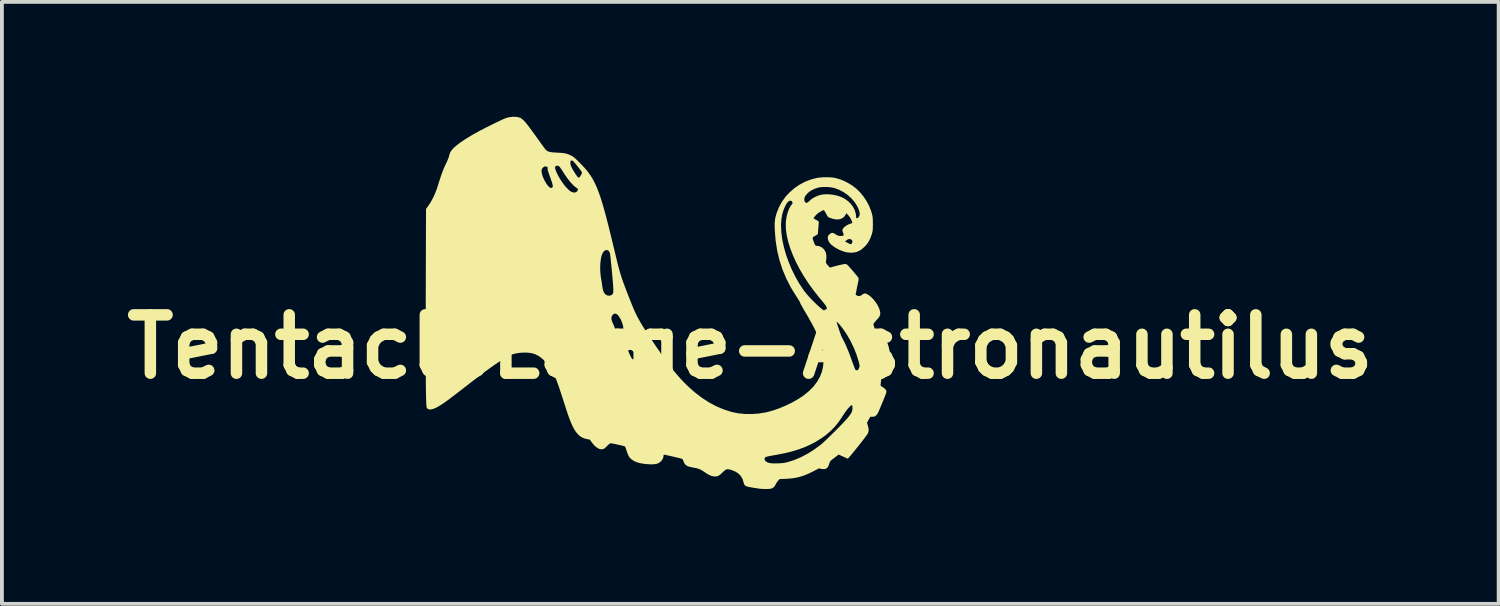
<source format=kicad_pcb>
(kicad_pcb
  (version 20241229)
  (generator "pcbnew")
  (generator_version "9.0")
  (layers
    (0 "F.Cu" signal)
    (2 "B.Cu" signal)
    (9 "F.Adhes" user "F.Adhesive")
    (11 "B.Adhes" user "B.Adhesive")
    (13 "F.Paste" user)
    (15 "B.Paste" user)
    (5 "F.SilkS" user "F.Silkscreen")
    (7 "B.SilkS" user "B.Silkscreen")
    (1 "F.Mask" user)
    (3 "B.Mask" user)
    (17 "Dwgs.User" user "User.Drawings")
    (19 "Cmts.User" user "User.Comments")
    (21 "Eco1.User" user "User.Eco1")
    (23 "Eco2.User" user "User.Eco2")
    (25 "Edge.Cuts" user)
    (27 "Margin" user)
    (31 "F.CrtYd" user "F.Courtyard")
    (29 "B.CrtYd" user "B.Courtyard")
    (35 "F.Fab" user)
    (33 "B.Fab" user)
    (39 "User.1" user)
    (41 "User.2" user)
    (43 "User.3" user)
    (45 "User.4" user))
  (footprint "TentacleLarge-Astronautilus"
    (layer "F.Cu")
    (at 16.554 6.011)
    (property "Reference" "TentacleLarge-Astronautilus" (at 0 0 0) (layer "F.SilkS") (effects (font (size 1.524 1.524) (thickness 0.3))))
    (attr board_only exclude_from_pos_files exclude_from_bom)
    (fp_poly (pts (xy -6.108 -6.007) (xy -6.036 -5.992) (xy -6.002 -5.978) (xy -5.975 -5.961) (xy -5.946 -5.937) (xy -5.912 -5.905) (xy -5.874 -5.863) (xy -5.83 -5.809) (xy -5.779 -5.743) (xy -5.719 -5.662) (xy -5.649 -5.566) (xy -5.611 -5.513) (xy -5.558 -5.438) (xy -5.507 -5.368) (xy -5.461 -5.304) (xy -5.42 -5.248) (xy -5.388 -5.204) (xy -5.364 -5.172) (xy -5.351 -5.155) (xy -5.35 -5.154) (xy -5.324 -5.13) (xy -5.295 -5.111) (xy -5.26 -5.097) (xy -5.214 -5.087) (xy -5.155 -5.079) (xy -5.079 -5.074) (xy -5.052 -5.073) (xy -4.97 -5.069) (xy -4.905 -5.063) (xy -4.851 -5.056) (xy -4.806 -5.046) (xy -4.763 -5.032) (xy -4.719 -5.014) (xy -4.692 -5.002) (xy -4.664 -4.987) (xy -4.638 -4.972) (xy -4.611 -4.952) (xy -4.58 -4.926) (xy -4.543 -4.892) (xy -4.497 -4.847) (xy -4.449 -4.799) (xy -4.389 -4.738) (xy -4.333 -4.678) (xy -4.281 -4.618) (xy -4.233 -4.557) (xy -4.187 -4.494) (xy -4.144 -4.428) (xy -4.103 -4.357) (xy -4.064 -4.281) (xy -4.025 -4.198) (xy -3.988 -4.107) (xy -3.95 -4.007) (xy -3.912 -3.897) (xy -3.874 -3.775) (xy -3.834 -3.641) (xy -3.793 -3.494) (xy -3.75 -3.331) (xy -3.704 -3.153) (xy -3.656 -2.957) (xy -3.604 -2.744) (xy -3.548 -2.511) (xy -3.539 -2.473) (xy -3.508 -2.345) (xy -3.481 -2.234) (xy -3.457 -2.136) (xy -3.434 -2.048) (xy -3.411 -1.967) (xy -3.388 -1.89) (xy -3.364 -1.814) (xy -3.338 -1.736) (xy -3.308 -1.653) (xy -3.273 -1.561) (xy -3.234 -1.457) (xy -3.188 -1.339) (xy -3.157 -1.26) (xy -3.116 -1.156) (xy -3.078 -1.063) (xy -3.042 -0.978) (xy -3.007 -0.899) (xy -2.971 -0.824) (xy -2.932 -0.75) (xy -2.891 -0.675) (xy -2.845 -0.596) (xy -2.793 -0.511) (xy -2.734 -0.418) (xy -2.666 -0.314) (xy -2.588 -0.197) (xy -2.528 -0.106) (xy -2.407 0.071) (xy -2.296 0.232) (xy -2.191 0.377) (xy -2.093 0.508) (xy -1.999 0.628) (xy -1.908 0.737) (xy -1.82 0.837) (xy -1.732 0.93) (xy -1.644 1.018) (xy -1.638 1.024) (xy -1.457 1.185) (xy -1.271 1.328) (xy -1.08 1.452) (xy -0.885 1.556) (xy -0.688 1.639) (xy -0.487 1.703) (xy -0.475 1.706) (xy -0.314 1.738) (xy -0.142 1.755) (xy 0.036 1.757) (xy 0.214 1.745) (xy 0.389 1.717) (xy 0.444 1.705) (xy 0.6 1.662) (xy 0.762 1.605) (xy 0.926 1.536) (xy 1.086 1.459) (xy 1.236 1.375) (xy 1.372 1.287) (xy 1.406 1.262) (xy 1.538 1.153) (xy 1.651 1.038) (xy 1.744 0.916) (xy 1.817 0.788) (xy 1.87 0.654) (xy 1.902 0.515) (xy 1.914 0.371) (xy 1.907 0.228) (xy 1.89 0.12) (xy 1.867 0.012) (xy 1.835 -0.098) (xy 1.795 -0.212) (xy 1.745 -0.332) (xy 1.684 -0.461) (xy 1.612 -0.6) (xy 1.583 -0.651) (xy 2.15 -0.651) (xy 2.181 -0.586) (xy 2.2 -0.551) (xy 2.227 -0.505) (xy 2.259 -0.453) (xy 2.292 -0.403) (xy 2.342 -0.328) (xy 2.387 -0.254) (xy 2.428 -0.18) (xy 2.468 -0.102) (xy 2.507 -0.016) (xy 2.548 0.08) (xy 2.591 0.189) (xy 2.637 0.315) (xy 2.654 0.361) (xy 2.678 0.427) (xy 2.7 0.487) (xy 2.72 0.537) (xy 2.734 0.574) (xy 2.744 0.597) (xy 2.746 0.601) (xy 2.768 0.614) (xy 2.797 0.613) (xy 2.825 0.599) (xy 2.838 0.586) (xy 2.851 0.566) (xy 2.857 0.543) (xy 2.858 0.512) (xy 2.852 0.472) (xy 2.839 0.417) (xy 2.828 0.373) (xy 2.772 0.195) (xy 2.7 0.016) (xy 2.615 -0.159) (xy 2.519 -0.326) (xy 2.414 -0.479) (xy 2.362 -0.546) (xy 2.323 -0.592) (xy 2.292 -0.624) (xy 2.267 -0.643) (xy 2.242 -0.653) (xy 2.215 -0.655) (xy 2.199 -0.655) (xy 2.15 -0.651) (xy 1.583 -0.651) (xy 1.528 -0.751) (xy 1.442 -0.898) (xy 1.404 -0.962) (xy 1.37 -1.02) (xy 1.342 -1.071) (xy 1.32 -1.111) (xy 1.307 -1.138) (xy 1.303 -1.149) (xy 1.297 -1.164) (xy 1.281 -1.193) (xy 1.258 -1.232) (xy 1.228 -1.28) (xy 1.203 -1.317) (xy 1.062 -1.546) (xy 0.941 -1.781) (xy 0.841 -2.02) (xy 0.761 -2.266) (xy 0.701 -2.519) (xy 0.661 -2.779) (xy 0.64 -3.047) (xy 0.639 -3.072) (xy 0.637 -3.152) (xy 0.803 -3.152) (xy 0.812 -2.977) (xy 0.837 -2.793) (xy 0.878 -2.603) (xy 0.933 -2.409) (xy 1.002 -2.214) (xy 1.083 -2.021) (xy 1.176 -1.833) (xy 1.279 -1.652) (xy 1.392 -1.482) (xy 1.409 -1.459) (xy 1.45 -1.406) (xy 1.5 -1.347) (xy 1.555 -1.286) (xy 1.614 -1.224) (xy 1.674 -1.164) (xy 1.734 -1.106) (xy 1.791 -1.054) (xy 1.842 -1.01) (xy 1.887 -0.975) (xy 1.923 -0.952) (xy 1.946 -0.943) (xy 1.948 -0.943) (xy 1.969 -0.95) (xy 1.986 -0.964) (xy 1.998 -0.981) (xy 2 -0.999) (xy 1.993 -1.027) (xy 1.988 -1.042) (xy 1.981 -1.057) (xy 1.972 -1.074) (xy 1.958 -1.094) (xy 1.937 -1.121) (xy 1.909 -1.157) (xy 1.871 -1.204) (xy 1.822 -1.263) (xy 1.799 -1.29) (xy 1.655 -1.471) (xy 1.522 -1.655) (xy 1.401 -1.84) (xy 1.292 -2.025) (xy 1.196 -2.209) (xy 1.114 -2.39) (xy 1.046 -2.566) (xy 0.992 -2.737) (xy 0.954 -2.901) (xy 0.932 -3.056) (xy 0.926 -3.202) (xy 0.932 -3.296) (xy 0.949 -3.405) (xy 0.976 -3.507) (xy 1.009 -3.597) (xy 1.049 -3.672) (xy 1.081 -3.715) (xy 1.102 -3.748) (xy 1.102 -3.778) (xy 1.082 -3.804) (xy 1.075 -3.809) (xy 1.043 -3.819) (xy 1.009 -3.808) (xy 0.974 -3.777) (xy 0.938 -3.725) (xy 0.917 -3.686) (xy 0.87 -3.579) (xy 0.836 -3.469) (xy 0.815 -3.351) (xy 0.804 -3.222) (xy 0.803 -3.152) (xy 0.637 -3.152) (xy 0.637 -3.161) (xy 0.637 -3.233) (xy 0.642 -3.295) (xy 0.65 -3.352) (xy 0.664 -3.41) (xy 0.682 -3.474) (xy 0.691 -3.501) (xy 0.752 -3.654) (xy 0.83 -3.795) (xy 0.869 -3.848) (xy 1.409 -3.848) (xy 1.416 -3.807) (xy 1.435 -3.776) (xy 1.463 -3.761) (xy 1.473 -3.76) (xy 1.49 -3.767) (xy 1.517 -3.786) (xy 1.547 -3.813) (xy 1.551 -3.818) (xy 1.615 -3.87) (xy 1.694 -3.916) (xy 1.781 -3.953) (xy 1.832 -3.968) (xy 1.923 -3.983) (xy 2.025 -3.986) (xy 2.133 -3.977) (xy 2.241 -3.957) (xy 2.343 -3.926) (xy 2.362 -3.919) (xy 2.461 -3.871) (xy 2.549 -3.809) (xy 2.625 -3.736) (xy 2.686 -3.654) (xy 2.73 -3.566) (xy 2.757 -3.473) (xy 2.765 -3.393) (xy 2.77 -3.366) (xy 2.785 -3.357) (xy 2.807 -3.366) (xy 2.832 -3.39) (xy 2.854 -3.43) (xy 2.859 -3.482) (xy 2.847 -3.544) (xy 2.819 -3.619) (xy 2.793 -3.674) (xy 2.727 -3.779) (xy 2.644 -3.877) (xy 2.546 -3.965) (xy 2.437 -4.041) (xy 2.32 -4.103) (xy 2.197 -4.148) (xy 2.177 -4.153) (xy 2.102 -4.167) (xy 2.016 -4.175) (xy 1.927 -4.176) (xy 1.844 -4.171) (xy 1.775 -4.159) (xy 1.691 -4.132) (xy 1.613 -4.096) (xy 1.544 -4.052) (xy 1.487 -4.002) (xy 1.443 -3.95) (xy 1.417 -3.896) (xy 1.409 -3.848) (xy 0.869 -3.848) (xy 0.926 -3.927) (xy 1.022 -4.03) (xy 1.15 -4.142) (xy 1.29 -4.238) (xy 1.441 -4.317) (xy 1.6 -4.377) (xy 1.747 -4.413) (xy 1.812 -4.422) (xy 1.89 -4.428) (xy 1.974 -4.43) (xy 2.057 -4.429) (xy 2.134 -4.424) (xy 2.198 -4.416) (xy 2.211 -4.413) (xy 2.324 -4.382) (xy 2.434 -4.341) (xy 2.544 -4.286) (xy 2.66 -4.216) (xy 2.667 -4.211) (xy 2.77 -4.132) (xy 2.868 -4.036) (xy 2.958 -3.926) (xy 3.038 -3.806) (xy 3.105 -3.679) (xy 3.156 -3.549) (xy 3.174 -3.49) (xy 3.185 -3.447) (xy 3.193 -3.41) (xy 3.198 -3.372) (xy 3.201 -3.33) (xy 3.202 -3.276) (xy 3.203 -3.209) (xy 3.202 -3.142) (xy 3.201 -3.091) (xy 3.199 -3.052) (xy 3.194 -3.018) (xy 3.187 -2.986) (xy 3.177 -2.95) (xy 3.174 -2.939) (xy 3.137 -2.838) (xy 3.094 -2.752) (xy 3.041 -2.675) (xy 2.987 -2.616) (xy 2.914 -2.55) (xy 2.84 -2.503) (xy 2.762 -2.474) (xy 2.676 -2.46) (xy 2.626 -2.458) (xy 2.53 -2.466) (xy 2.428 -2.493) (xy 2.322 -2.535) (xy 2.217 -2.593) (xy 2.183 -2.615) (xy 2.113 -2.671) (xy 2.063 -2.728) (xy 2.052 -2.75) (xy 2.477 -2.75) (xy 2.544 -2.715) (xy 2.585 -2.695) (xy 2.612 -2.684) (xy 2.63 -2.683) (xy 2.642 -2.69) (xy 2.653 -2.703) (xy 2.668 -2.74) (xy 2.663 -2.774) (xy 2.646 -2.796) (xy 2.611 -2.815) (xy 2.572 -2.815) (xy 2.53 -2.796) (xy 2.515 -2.784) (xy 2.477 -2.75) (xy 2.052 -2.75) (xy 2.033 -2.787) (xy 2.023 -2.849) (xy 2.023 -2.85) (xy 2.026 -2.88) (xy 2.037 -2.904) (xy 2.06 -2.931) (xy 2.064 -2.935) (xy 2.105 -2.967) (xy 2.144 -2.977) (xy 2.184 -2.967) (xy 2.218 -2.945) (xy 2.277 -2.909) (xy 2.339 -2.894) (xy 2.38 -2.895) (xy 2.417 -2.901) (xy 2.436 -2.912) (xy 2.44 -2.932) (xy 2.43 -2.965) (xy 2.426 -2.975) (xy 2.411 -3.016) (xy 2.406 -3.044) (xy 2.411 -3.067) (xy 2.425 -3.092) (xy 2.432 -3.101) (xy 2.474 -3.143) (xy 2.53 -3.18) (xy 2.593 -3.209) (xy 2.614 -3.216) (xy 2.646 -3.226) (xy 2.662 -3.235) (xy 2.665 -3.247) (xy 2.663 -3.255) (xy 2.634 -3.328) (xy 2.593 -3.397) (xy 2.559 -3.438) (xy 2.509 -3.49) (xy 2.485 -3.442) (xy 2.448 -3.392) (xy 2.397 -3.355) (xy 2.334 -3.333) (xy 2.298 -3.328) (xy 2.245 -3.328) (xy 2.191 -3.335) (xy 2.129 -3.352) (xy 2.082 -3.369) (xy 2.05 -3.382) (xy 2.029 -3.396) (xy 2.012 -3.418) (xy 1.994 -3.451) (xy 1.992 -3.456) (xy 1.972 -3.494) (xy 1.953 -3.528) (xy 1.939 -3.548) (xy 1.919 -3.574) (xy 1.863 -3.548) (xy 1.793 -3.508) (xy 1.731 -3.459) (xy 1.683 -3.405) (xy 1.68 -3.402) (xy 1.663 -3.376) (xy 1.654 -3.358) (xy 1.653 -3.354) (xy 1.664 -3.347) (xy 1.689 -3.334) (xy 1.721 -3.316) (xy 1.724 -3.315) (xy 1.76 -3.294) (xy 1.78 -3.278) (xy 1.788 -3.263) (xy 1.789 -3.252) (xy 1.788 -3.232) (xy 1.785 -3.195) (xy 1.781 -3.147) (xy 1.777 -3.093) (xy 1.776 -3.083) (xy 1.764 -2.941) (xy 1.692 -2.898) (xy 1.66 -2.879) (xy 1.64 -2.864) (xy 1.63 -2.849) (xy 1.629 -2.83) (xy 1.637 -2.8) (xy 1.653 -2.757) (xy 1.66 -2.738) (xy 1.677 -2.692) (xy 1.691 -2.663) (xy 1.705 -2.647) (xy 1.722 -2.639) (xy 1.744 -2.637) (xy 1.749 -2.637) (xy 1.808 -2.627) (xy 1.865 -2.599) (xy 1.915 -2.557) (xy 1.954 -2.502) (xy 1.977 -2.448) (xy 1.987 -2.388) (xy 1.988 -2.318) (xy 1.979 -2.244) (xy 1.975 -2.224) (xy 1.974 -2.206) (xy 1.982 -2.185) (xy 2.002 -2.158) (xy 2.022 -2.132) (xy 2.05 -2.1) (xy 2.068 -2.081) (xy 2.083 -2.073) (xy 2.097 -2.074) (xy 2.111 -2.077) (xy 2.173 -2.095) (xy 2.238 -2.112) (xy 2.303 -2.129) (xy 2.364 -2.143) (xy 2.416 -2.154) (xy 2.458 -2.161) (xy 2.484 -2.164) (xy 2.49 -2.164) (xy 2.519 -2.152) (xy 2.536 -2.141) (xy 2.554 -2.123) (xy 2.581 -2.093) (xy 2.616 -2.054) (xy 2.655 -2.01) (xy 2.695 -1.963) (xy 2.734 -1.916) (xy 2.77 -1.873) (xy 2.799 -1.836) (xy 2.819 -1.81) (xy 2.828 -1.796) (xy 2.83 -1.778) (xy 2.828 -1.748) (xy 2.821 -1.704) (xy 2.808 -1.642) (xy 2.801 -1.609) (xy 2.788 -1.551) (xy 2.778 -1.498) (xy 2.77 -1.455) (xy 2.765 -1.426) (xy 2.765 -1.418) (xy 2.76 -1.395) (xy 2.751 -1.384) (xy 2.748 -1.374) (xy 2.764 -1.355) (xy 2.768 -1.351) (xy 2.807 -1.328) (xy 2.85 -1.325) (xy 2.895 -1.341) (xy 2.913 -1.354) (xy 2.951 -1.381) (xy 2.983 -1.393) (xy 3.016 -1.39) (xy 3.035 -1.383) (xy 3.098 -1.348) (xy 3.162 -1.296) (xy 3.224 -1.231) (xy 3.281 -1.158) (xy 3.33 -1.08) (xy 3.367 -1.001) (xy 3.389 -0.928) (xy 3.396 -0.878) (xy 3.392 -0.834) (xy 3.376 -0.793) (xy 3.345 -0.75) (xy 3.304 -0.705) (xy 3.272 -0.67) (xy 3.245 -0.637) (xy 3.227 -0.612) (xy 3.222 -0.604) (xy 3.219 -0.587) (xy 3.222 -0.564) (xy 3.231 -0.53) (xy 3.248 -0.482) (xy 3.255 -0.464) (xy 3.297 -0.35) (xy 3.346 -0.333) (xy 3.403 -0.313) (xy 3.443 -0.297) (xy 3.471 -0.284) (xy 3.491 -0.27) (xy 3.507 -0.254) (xy 3.522 -0.233) (xy 3.523 -0.232) (xy 3.545 -0.191) (xy 3.569 -0.136) (xy 3.592 -0.07) (xy 3.614 -0.000245) (xy 3.631 0.069) (xy 3.644 0.131) (xy 3.644 0.136) (xy 3.65 0.192) (xy 3.652 0.259) (xy 3.652 0.333) (xy 3.649 0.406) (xy 3.644 0.473) (xy 3.637 0.528) (xy 3.633 0.547) (xy 3.624 0.577) (xy 3.613 0.596) (xy 3.595 0.611) (xy 3.563 0.628) (xy 3.559 0.629) (xy 3.52 0.651) (xy 3.484 0.676) (xy 3.466 0.692) (xy 3.451 0.709) (xy 3.441 0.726) (xy 3.434 0.749) (xy 3.428 0.782) (xy 3.423 0.83) (xy 3.422 0.841) (xy 3.416 0.892) (xy 3.411 0.937) (xy 3.406 0.972) (xy 3.403 0.987) (xy 3.402 1.003) (xy 3.408 1.016) (xy 3.423 1.031) (xy 3.453 1.051) (xy 3.467 1.059) (xy 3.515 1.094) (xy 3.544 1.127) (xy 3.556 1.161) (xy 3.554 1.197) (xy 3.548 1.215) (xy 3.535 1.249) (xy 3.517 1.296) (xy 3.494 1.352) (xy 3.469 1.414) (xy 3.442 1.479) (xy 3.415 1.544) (xy 3.39 1.604) (xy 3.367 1.657) (xy 3.349 1.7) (xy 3.336 1.728) (xy 3.333 1.733) (xy 3.315 1.76) (xy 3.29 1.79) (xy 3.284 1.795) (xy 3.26 1.815) (xy 3.236 1.824) (xy 3.201 1.828) (xy 3.192 1.828) (xy 3.134 1.829) (xy 3.091 1.907) (xy 3.049 1.985) (xy 3.071 2.06) (xy 3.087 2.126) (xy 3.092 2.179) (xy 3.085 2.227) (xy 3.067 2.273) (xy 3.055 2.291) (xy 3.032 2.323) (xy 2.999 2.367) (xy 2.959 2.42) (xy 2.913 2.479) (xy 2.863 2.542) (xy 2.812 2.607) (xy 2.76 2.672) (xy 2.71 2.733) (xy 2.665 2.789) (xy 2.625 2.837) (xy 2.593 2.874) (xy 2.571 2.899) (xy 2.57 2.9) (xy 2.546 2.924) (xy 2.309 2.816) (xy 2.206 2.893) (xy 2.165 2.925) (xy 2.129 2.953) (xy 2.103 2.975) (xy 2.09 2.987) (xy 2.081 3.005) (xy 2.069 3.037) (xy 2.059 3.066) (xy 2.036 3.127) (xy 2.004 3.168) (xy 1.963 3.191) (xy 1.91 3.197) (xy 1.853 3.19) (xy 1.793 3.177) (xy 1.651 3.251) (xy 1.526 3.312) (xy 1.411 3.36) (xy 1.301 3.396) (xy 1.191 3.422) (xy 1.077 3.439) (xy 0.953 3.449) (xy 0.932 3.45) (xy 0.768 3.456) (xy 0.73 3.495) (xy 0.703 3.528) (xy 0.679 3.564) (xy 0.673 3.576) (xy 0.644 3.63) (xy 0.613 3.669) (xy 0.576 3.694) (xy 0.529 3.709) (xy 0.468 3.715) (xy 0.418 3.716) (xy 0.369 3.715) (xy 0.323 3.713) (xy 0.287 3.712) (xy 0.275 3.711) (xy 0.227 3.705) (xy 0.165 3.696) (xy 0.099 3.686) (xy 0.034 3.675) (xy -0.023 3.665) (xy -0.055 3.658) (xy -0.105 3.644) (xy -0.138 3.624) (xy -0.16 3.594) (xy -0.175 3.549) (xy -0.179 3.53) (xy -0.206 3.446) (xy -0.251 3.372) (xy -0.313 3.31) (xy -0.392 3.259) (xy -0.487 3.221) (xy -0.512 3.214) (xy -0.559 3.202) (xy -0.596 3.199) (xy -0.626 3.204) (xy -0.656 3.221) (xy -0.691 3.25) (xy -0.719 3.277) (xy -0.768 3.323) (xy -0.807 3.354) (xy -0.841 3.375) (xy -0.873 3.385) (xy -0.909 3.388) (xy -0.942 3.387) (xy -0.982 3.382) (xy -1.018 3.373) (xy -1.057 3.358) (xy -1.101 3.334) (xy -1.155 3.301) (xy -1.197 3.273) (xy -1.249 3.238) (xy -1.292 3.213) (xy -1.333 3.195) (xy -1.376 3.18) (xy -1.429 3.168) (xy -1.491 3.156) (xy -1.565 3.141) (xy -1.622 3.125) (xy -1.665 3.104) (xy -1.698 3.077) (xy -1.724 3.04) (xy -1.746 2.991) (xy -1.758 2.959) (xy -1.763 2.949) (xy 0.374 2.949) (xy 0.39 2.979) (xy 0.395 2.984) (xy 0.424 3.007) (xy 0.457 3.024) (xy 0.497 3.036) (xy 0.546 3.043) (xy 0.609 3.047) (xy 0.689 3.046) (xy 0.71 3.046) (xy 0.782 3.043) (xy 0.841 3.039) (xy 0.892 3.032) (xy 0.944 3.021) (xy 0.973 3.014) (xy 1.15 2.958) (xy 1.329 2.882) (xy 1.508 2.787) (xy 1.686 2.673) (xy 1.843 2.556) (xy 1.878 2.527) (xy 1.924 2.485) (xy 1.981 2.432) (xy 2.045 2.37) (xy 2.114 2.303) (xy 2.187 2.231) (xy 2.26 2.158) (xy 2.331 2.086) (xy 2.398 2.017) (xy 2.458 1.953) (xy 2.51 1.897) (xy 2.513 1.894) (xy 2.569 1.829) (xy 2.611 1.773) (xy 2.641 1.725) (xy 2.659 1.68) (xy 2.668 1.634) (xy 2.669 1.6) (xy 2.668 1.557) (xy 2.663 1.532) (xy 2.653 1.525) (xy 2.636 1.532) (xy 2.62 1.543) (xy 2.581 1.58) (xy 2.533 1.636) (xy 2.478 1.711) (xy 2.415 1.805) (xy 2.402 1.827) (xy 2.305 1.969) (xy 2.203 2.094) (xy 2.092 2.206) (xy 1.969 2.31) (xy 1.854 2.392) (xy 1.717 2.478) (xy 1.575 2.553) (xy 1.425 2.621) (xy 1.264 2.68) (xy 1.091 2.733) (xy 0.902 2.779) (xy 0.696 2.82) (xy 0.624 2.833) (xy 0.539 2.848) (xy 0.474 2.861) (xy 0.428 2.872) (xy 0.4 2.882) (xy 0.391 2.887) (xy 0.374 2.916) (xy 0.374 2.949) (xy -1.763 2.949) (xy -1.763 2.948) (xy -1.769 2.939) (xy -1.78 2.932) (xy -1.797 2.924) (xy -1.825 2.915) (xy -1.866 2.905) (xy -1.922 2.892) (xy -1.984 2.877) (xy -2.068 2.858) (xy -2.134 2.843) (xy -2.183 2.832) (xy -2.219 2.824) (xy -2.243 2.821) (xy -2.257 2.821) (xy -2.265 2.824) (xy -2.267 2.831) (xy -2.267 2.84) (xy -2.267 2.851) (xy -2.277 2.907) (xy -2.306 2.96) (xy -2.349 3.006) (xy -2.404 3.042) (xy -2.441 3.056) (xy -2.495 3.067) (xy -2.565 3.071) (xy -2.645 3.07) (xy -2.731 3.063) (xy -2.816 3.052) (xy -2.897 3.036) (xy -2.961 3.018) (xy -3.031 2.989) (xy -3.094 2.949) (xy -3.145 2.903) (xy -3.167 2.873) (xy -3.184 2.842) (xy -3.204 2.797) (xy -3.222 2.747) (xy -3.23 2.723) (xy -3.245 2.679) (xy -3.258 2.641) (xy -3.268 2.615) (xy -3.272 2.607) (xy -3.284 2.601) (xy -3.313 2.592) (xy -3.355 2.581) (xy -3.405 2.569) (xy -3.46 2.557) (xy -3.516 2.545) (xy -3.568 2.534) (xy -3.612 2.526) (xy -3.645 2.522) (xy -3.656 2.521) (xy -3.671 2.528) (xy -3.695 2.548) (xy -3.725 2.575) (xy -3.735 2.585) (xy -3.768 2.617) (xy -3.798 2.645) (xy -3.822 2.663) (xy -3.826 2.665) (xy -3.875 2.679) (xy -3.929 2.674) (xy -3.985 2.649) (xy -4.044 2.607) (xy -4.103 2.547) (xy -4.161 2.471) (xy -4.19 2.428) (xy -4.2 2.425) (xy -4.226 2.419) (xy -4.259 2.413) (xy -4.329 2.397) (xy -4.393 2.37) (xy -4.452 2.333) (xy -4.507 2.284) (xy -4.558 2.221) (xy -4.608 2.143) (xy -4.656 2.05) (xy -4.703 1.939) (xy -4.751 1.81) (xy -4.794 1.684) (xy -4.822 1.597) (xy -4.854 1.497) (xy -4.888 1.391) (xy -4.922 1.288) (xy -4.952 1.195) (xy -4.958 1.176) (xy -5.007 1.03) (xy -5.053 0.902) (xy -5.098 0.791) (xy -5.143 0.694) (xy -5.189 0.608) (xy -5.236 0.532) (xy -5.287 0.463) (xy -5.342 0.399) (xy -5.37 0.37) (xy -5.457 0.292) (xy -5.543 0.232) (xy -5.634 0.189) (xy -5.731 0.163) (xy -5.84 0.151) (xy -5.941 0.151) (xy -6.058 0.162) (xy -6.167 0.183) (xy -6.263 0.213) (xy -6.333 0.246) (xy -6.411 0.292) (xy -6.504 0.35) (xy -6.608 0.421) (xy -6.724 0.501) (xy -6.849 0.59) (xy -6.981 0.687) (xy -7.118 0.791) (xy -7.259 0.899) (xy -7.286 0.92) (xy -7.419 1.024) (xy -7.538 1.116) (xy -7.642 1.196) (xy -7.733 1.267) (xy -7.813 1.327) (xy -7.883 1.38) (xy -7.945 1.424) (xy -7.998 1.462) (xy -8.045 1.494) (xy -8.088 1.522) (xy -8.126 1.545) (xy -8.162 1.566) (xy -8.197 1.585) (xy -8.205 1.589) (xy -8.281 1.622) (xy -8.344 1.638) (xy -8.395 1.636) (xy -8.434 1.617) (xy -8.453 1.596) (xy -8.456 1.585) (xy -8.46 1.562) (xy -8.463 1.527) (xy -8.466 1.48) (xy -8.469 1.419) (xy -8.471 1.345) (xy -8.473 1.257) (xy -8.475 1.155) (xy -8.477 1.038) (xy -8.478 0.905) (xy -8.479 0.756) (xy -8.48 0.591) (xy -8.481 0.409) (xy -8.481 0.209) (xy -8.482 0.107) (xy -3.19 0.107) (xy -3.185 0.122) (xy -3.172 0.152) (xy -3.154 0.191) (xy -3.138 0.225) (xy -3.113 0.276) (xy -3.092 0.309) (xy -3.075 0.326) (xy -3.058 0.328) (xy -3.041 0.317) (xy -3.035 0.312) (xy -3.024 0.288) (xy -3.019 0.251) (xy -3.021 0.209) (xy -3.03 0.168) (xy -3.038 0.148) (xy -3.065 0.114) (xy -3.1 0.09) (xy -3.138 0.079) (xy -3.164 0.083) (xy -3.184 0.094) (xy -3.19 0.107) (xy -8.482 0.107) (xy -8.482 -0.009) (xy -8.482 -0.245) (xy -8.481 -0.5) (xy -8.481 -0.752) (xy -3.631 -0.752) (xy -3.625 -0.702) (xy -3.604 -0.642) (xy -3.591 -0.614) (xy -3.571 -0.571) (xy -3.552 -0.524) (xy -3.544 -0.5) (xy -3.518 -0.441) (xy -3.486 -0.399) (xy -3.45 -0.373) (xy -3.412 -0.365) (xy -3.374 -0.377) (xy -3.349 -0.397) (xy -3.326 -0.433) (xy -3.318 -0.471) (xy -3.32 -0.521) (xy -3.333 -0.582) (xy -3.355 -0.648) (xy -3.385 -0.714) (xy -3.419 -0.773) (xy -3.455 -0.822) (xy -3.479 -0.845) (xy -3.518 -0.866) (xy -3.555 -0.865) (xy -3.588 -0.844) (xy -3.594 -0.837) (xy -3.62 -0.796) (xy -3.631 -0.752) (xy -8.481 -0.752) (xy -8.481 -0.775) (xy -8.48 -1.07) (xy -8.48 -1.385) (xy -8.479 -1.496) (xy -8.478 -2.01) (xy -3.922 -2.01) (xy -3.915 -1.901) (xy -3.901 -1.794) (xy -3.893 -1.748) (xy -3.884 -1.698) (xy -3.875 -1.638) (xy -3.867 -1.581) (xy -3.866 -1.573) (xy -3.851 -1.488) (xy -3.826 -1.422) (xy -3.791 -1.374) (xy -3.747 -1.345) (xy -3.693 -1.335) (xy -3.69 -1.335) (xy -3.647 -1.341) (xy -3.617 -1.358) (xy -3.605 -1.37) (xy -3.596 -1.382) (xy -3.588 -1.397) (xy -3.583 -1.418) (xy -3.58 -1.445) (xy -3.579 -1.481) (xy -3.58 -1.527) (xy -3.584 -1.586) (xy -3.589 -1.659) (xy -3.596 -1.749) (xy -3.606 -1.856) (xy -3.613 -1.933) (xy -3.622 -2.032) (xy -3.631 -2.125) (xy -3.64 -2.211) (xy -3.648 -2.287) (xy -3.654 -2.35) (xy -3.66 -2.399) (xy -3.664 -2.43) (xy -3.666 -2.44) (xy -3.686 -2.488) (xy -3.715 -2.518) (xy -3.749 -2.529) (xy -3.786 -2.523) (xy -3.822 -2.498) (xy -3.855 -2.455) (xy -3.858 -2.45) (xy -3.883 -2.388) (xy -3.902 -2.309) (xy -3.915 -2.218) (xy -3.922 -2.117) (xy -3.922 -2.01) (xy -8.478 -2.01) (xy -8.473 -3.601) (xy -8.41 -3.688) (xy -8.347 -3.785) (xy -8.287 -3.896) (xy -8.233 -4.015) (xy -8.187 -4.136) (xy -8.178 -4.164) (xy -8.143 -4.275) (xy -8.113 -4.368) (xy -8.088 -4.446) (xy -8.065 -4.512) (xy -8.045 -4.568) (xy -8.029 -4.61) (xy -5.455 -4.61) (xy -5.453 -4.575) (xy -5.453 -4.566) (xy -5.441 -4.504) (xy -5.417 -4.433) (xy -5.382 -4.355) (xy -5.337 -4.277) (xy -5.319 -4.249) (xy -5.278 -4.196) (xy -5.241 -4.163) (xy -5.208 -4.15) (xy -5.179 -4.158) (xy -5.171 -4.165) (xy -5.163 -4.176) (xy -5.16 -4.192) (xy -5.162 -4.215) (xy -5.169 -4.248) (xy -5.182 -4.293) (xy -5.202 -4.352) (xy -5.228 -4.428) (xy -5.234 -4.443) (xy -5.26 -4.516) (xy -5.278 -4.572) (xy -5.291 -4.612) (xy -5.297 -4.639) (xy -5.298 -4.655) (xy -5.295 -4.661) (xy -5.288 -4.674) (xy -5.296 -4.687) (xy -5.104 -4.687) (xy -5.101 -4.667) (xy -5.091 -4.634) (xy -5.09 -4.631) (xy -5.063 -4.558) (xy -5.025 -4.479) (xy -4.979 -4.398) (xy -4.927 -4.318) (xy -4.873 -4.242) (xy -4.817 -4.174) (xy -4.762 -4.116) (xy -4.71 -4.071) (xy -4.669 -4.046) (xy -4.617 -4.03) (xy -4.571 -4.033) (xy -4.534 -4.054) (xy -4.526 -4.062) (xy -4.506 -4.094) (xy -4.504 -4.121) (xy -4.521 -4.141) (xy -4.523 -4.141) (xy -4.576 -4.178) (xy -4.636 -4.232) (xy -4.7 -4.302) (xy -4.767 -4.385) (xy -4.835 -4.481) (xy -4.883 -4.556) (xy -4.913 -4.604) (xy -4.942 -4.647) (xy -4.967 -4.682) (xy -4.983 -4.704) (xy -4.985 -4.706) (xy -5.017 -4.729) (xy -5.051 -4.734) (xy -5.082 -4.72) (xy -5.09 -4.713) (xy -5.1 -4.7) (xy -5.104 -4.687) (xy -5.296 -4.687) (xy -5.297 -4.689) (xy -5.317 -4.703) (xy -5.342 -4.712) (xy -5.355 -4.714) (xy -5.382 -4.709) (xy -5.408 -4.691) (xy -5.423 -4.675) (xy -5.442 -4.652) (xy -5.451 -4.633) (xy -5.455 -4.61) (xy -8.029 -4.61) (xy -8.026 -4.617) (xy -8.008 -4.662) (xy -7.989 -4.705) (xy -7.968 -4.749) (xy -7.959 -4.768) (xy -7.938 -4.812) (xy -4.701 -4.812) (xy -4.701 -4.78) (xy -4.695 -4.75) (xy -4.682 -4.715) (xy -4.665 -4.68) (xy -4.641 -4.635) (xy -4.612 -4.586) (xy -4.582 -4.537) (xy -4.552 -4.492) (xy -4.527 -4.456) (xy -4.507 -4.434) (xy -4.504 -4.43) (xy -4.486 -4.42) (xy -4.471 -4.421) (xy -4.455 -4.437) (xy -4.434 -4.469) (xy -4.429 -4.476) (xy -4.406 -4.52) (xy -4.399 -4.551) (xy -4.4 -4.559) (xy -4.408 -4.575) (xy -4.428 -4.604) (xy -4.456 -4.642) (xy -4.491 -4.688) (xy -4.52 -4.725) (xy -4.563 -4.777) (xy -4.595 -4.815) (xy -4.619 -4.841) (xy -4.637 -4.857) (xy -4.651 -4.865) (xy -4.664 -4.867) (xy -4.666 -4.867) (xy -4.685 -4.866) (xy -4.694 -4.858) (xy -4.699 -4.84) (xy -4.701 -4.812) (xy -7.938 -4.812) (xy -7.93 -4.828) (xy -7.906 -4.885) (xy -7.886 -4.934) (xy -7.874 -4.972) (xy -7.871 -4.983) (xy -7.857 -5.038) (xy -7.835 -5.089) (xy -7.802 -5.138) (xy -7.758 -5.189) (xy -7.699 -5.242) (xy -7.625 -5.301) (xy -7.573 -5.339) (xy -7.472 -5.408) (xy -7.357 -5.48) (xy -7.229 -5.556) (xy -7.085 -5.635) (xy -6.924 -5.719) (xy -6.745 -5.809) (xy -6.625 -5.867) (xy -6.548 -5.904) (xy -6.486 -5.933) (xy -6.437 -5.955) (xy -6.396 -5.971) (xy -6.362 -5.983) (xy -6.331 -5.991) (xy -6.299 -5.998) (xy -6.281 -6.001) (xy -6.191 -6.011)) (stroke (width 0) (type solid)) (fill yes) (layer "F.SilkS")))
  (gr_rect
    (start -3 -3)
    (end 36.107 12.727)
    (stroke (width 0.1) (type default))
    (fill no)
    (layer "Edge.Cuts")))
</source>
